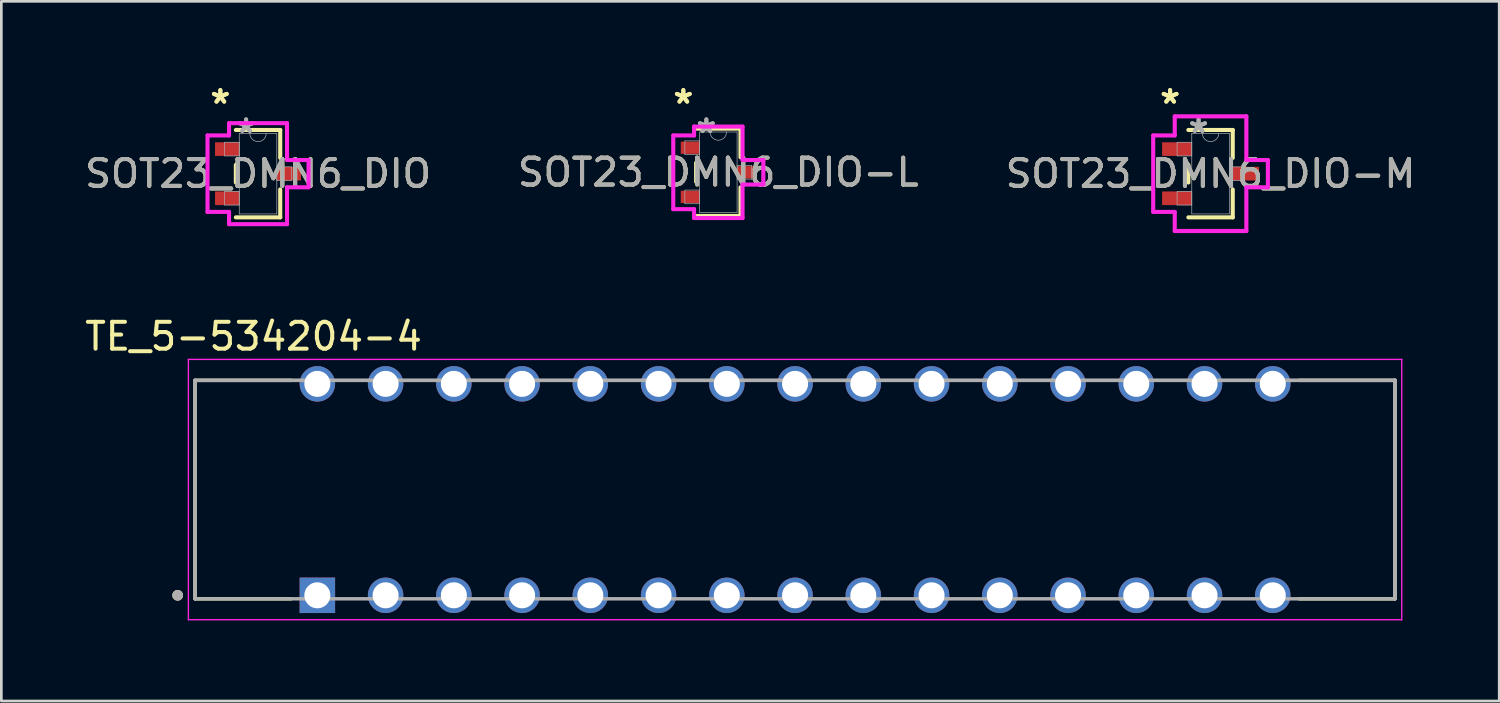
<source format=kicad_pcb>
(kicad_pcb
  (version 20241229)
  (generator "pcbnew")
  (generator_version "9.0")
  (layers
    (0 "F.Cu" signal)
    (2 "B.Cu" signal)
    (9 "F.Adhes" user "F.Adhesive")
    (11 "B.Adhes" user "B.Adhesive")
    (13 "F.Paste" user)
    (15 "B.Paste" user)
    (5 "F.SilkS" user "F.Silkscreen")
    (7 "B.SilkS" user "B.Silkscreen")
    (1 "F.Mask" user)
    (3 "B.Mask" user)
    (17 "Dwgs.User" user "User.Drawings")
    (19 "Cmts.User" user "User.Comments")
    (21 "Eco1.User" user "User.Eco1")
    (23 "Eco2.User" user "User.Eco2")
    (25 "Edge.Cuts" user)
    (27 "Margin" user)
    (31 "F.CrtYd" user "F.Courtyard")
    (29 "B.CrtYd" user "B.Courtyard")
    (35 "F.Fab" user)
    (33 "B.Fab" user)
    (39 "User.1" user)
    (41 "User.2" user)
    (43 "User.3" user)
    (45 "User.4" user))
  (footprint "SOT23_DMN6_DIO-M"
    (layer "F.Cu")
    (at 42.006 3.414)
    (property "Reference" "SOT23_DMN6_DIO-M" (at 0 0 0) (unlocked yes) (layer "F.SilkS") (effects (font (size 1 1) (thickness 0.15))))
    (attr smd)
    (fp_line (start -0.826 -0.328) (end -0.826 0.328) (stroke (width 0.152) (type solid)) (layer "F.SilkS"))
    (fp_line (start -0.826 1.626) (end 0.826 1.626) (stroke (width 0.152) (type solid)) (layer "F.SilkS"))
    (fp_line (start 0.826 -1.626) (end -0.826 -1.626) (stroke (width 0.152) (type solid)) (layer "F.SilkS"))
    (fp_line (start 0.826 -0.587) (end 0.826 -1.626) (stroke (width 0.152) (type solid)) (layer "F.SilkS"))
    (fp_line (start 0.826 1.626) (end 0.826 0.587) (stroke (width 0.152) (type solid)) (layer "F.SilkS"))
    (fp_line (start -2.134 -1.423) (end -1.333 -1.423) (stroke (width 0.152) (type solid)) (layer "F.CrtYd"))
    (fp_line (start -2.134 1.423) (end -2.134 -1.423) (stroke (width 0.152) (type solid)) (layer "F.CrtYd"))
    (fp_line (start -1.333 -2.134) (end 1.333 -2.134) (stroke (width 0.152) (type solid)) (layer "F.CrtYd"))
    (fp_line (start -1.333 -1.423) (end -1.333 -2.134) (stroke (width 0.152) (type solid)) (layer "F.CrtYd"))
    (fp_line (start -1.333 1.423) (end -2.134 1.423) (stroke (width 0.152) (type solid)) (layer "F.CrtYd"))
    (fp_line (start -1.333 2.134) (end -1.333 1.423) (stroke (width 0.152) (type solid)) (layer "F.CrtYd"))
    (fp_line (start 1.333 -2.134) (end 1.333 -0.508) (stroke (width 0.152) (type solid)) (layer "F.CrtYd"))
    (fp_line (start 1.333 -0.508) (end 2.134 -0.508) (stroke (width 0.152) (type solid)) (layer "F.CrtYd"))
    (fp_line (start 1.333 0.508) (end 1.333 2.134) (stroke (width 0.152) (type solid)) (layer "F.CrtYd"))
    (fp_line (start 1.333 2.134) (end -1.333 2.134) (stroke (width 0.152) (type solid)) (layer "F.CrtYd"))
    (fp_line (start 2.134 -0.508) (end 2.134 0.508) (stroke (width 0.152) (type solid)) (layer "F.CrtYd"))
    (fp_line (start 2.134 0.508) (end 1.333 0.508) (stroke (width 0.152) (type solid)) (layer "F.CrtYd"))
    (fp_line (start -1.245 -1.169) (end -1.245 -0.661) (stroke (width 0.025) (type solid)) (layer "F.Fab"))
    (fp_line (start -1.245 -0.661) (end -0.699 -0.661) (stroke (width 0.025) (type solid)) (layer "F.Fab"))
    (fp_line (start -1.245 0.661) (end -1.245 1.169) (stroke (width 0.025) (type solid)) (layer "F.Fab"))
    (fp_line (start -1.245 1.169) (end -0.699 1.169) (stroke (width 0.025) (type solid)) (layer "F.Fab"))
    (fp_line (start -0.699 -1.499) (end -0.699 1.499) (stroke (width 0.025) (type solid)) (layer "F.Fab"))
    (fp_line (start -0.699 -1.169) (end -1.245 -1.169) (stroke (width 0.025) (type solid)) (layer "F.Fab"))
    (fp_line (start -0.699 -0.661) (end -0.699 -1.169) (stroke (width 0.025) (type solid)) (layer "F.Fab"))
    (fp_line (start -0.699 0.661) (end -1.245 0.661) (stroke (width 0.025) (type solid)) (layer "F.Fab"))
    (fp_line (start -0.699 1.169) (end -0.699 0.661) (stroke (width 0.025) (type solid)) (layer "F.Fab"))
    (fp_line (start -0.699 1.499) (end 0.699 1.499) (stroke (width 0.025) (type solid)) (layer "F.Fab"))
    (fp_line (start 0.699 -1.499) (end -0.699 -1.499) (stroke (width 0.025) (type solid)) (layer "F.Fab"))
    (fp_line (start 0.699 -0.254) (end 0.699 0.254) (stroke (width 0.025) (type solid)) (layer "F.Fab"))
    (fp_line (start 0.699 0.254) (end 1.245 0.254) (stroke (width 0.025) (type solid)) (layer "F.Fab"))
    (fp_line (start 0.699 1.499) (end 0.699 -1.499) (stroke (width 0.025) (type solid)) (layer "F.Fab"))
    (fp_line (start 1.245 -0.254) (end 0.699 -0.254) (stroke (width 0.025) (type solid)) (layer "F.Fab"))
    (fp_line (start 1.245 0.254) (end 1.245 -0.254) (stroke (width 0.025) (type solid)) (layer "F.Fab"))
    (fp_arc (start 0.3048 -1.4986) (mid 0 -1.1938) (end -0.3048 -1.4986) (stroke (width 0.0254) (type solid)) (layer "F.Fab"))
    (fp_text user "*" (at -1.505 -2.566 0) (layer "F.SilkS") (effects (font (size 1 1) (thickness 0.15))))
    (fp_text user "*" (at -1.505 -2.566 0) (unlocked yes) (layer "F.SilkS") (effects (font (size 1 1) (thickness 0.15))))
    (fp_text user "*" (at -0.445 -1.474 0) (unlocked yes) (layer "F.Fab") (effects (font (size 1 1) (thickness 0.15))))
    (fp_text user "*" (at -0.445 -1.474 0) (layer "F.Fab") (effects (font (size 1 1) (thickness 0.15))))
    (fp_text user "${REFERENCE}" (at 0 0 0) (unlocked yes) (layer "F.Fab") (effects (font (size 1 1) (thickness 0.15))))
    (pad "1" smd rect (at -1.251 -0.915) (size 1.105 0.508) (layers "F.Cu" "F.Mask" "F.Paste"))
    (pad "2" smd rect (at -1.251 0.915) (size 1.105 0.508) (layers "F.Cu" "F.Mask" "F.Paste"))
    (pad "3" smd rect (at 1.251 0) (size 1.105 0.508) (layers "F.Cu" "F.Mask" "F.Paste")))
  (footprint "SOT23_DMN6_DIO-L"
    (layer "F.Cu")
    (at 23.685 3.363)
    (property "Reference" "SOT23_DMN6_DIO-L" (at 0 0 0) (unlocked yes) (layer "F.SilkS") (effects (font (size 1 1) (thickness 0.15))))
    (attr smd)
    (fp_line (start -0.826 -0.354) (end -0.826 0.354) (stroke (width 0.152) (type solid)) (layer "F.SilkS"))
    (fp_line (start -0.826 1.626) (end 0.826 1.626) (stroke (width 0.152) (type solid)) (layer "F.SilkS"))
    (fp_line (start 0.826 -1.626) (end -0.826 -1.626) (stroke (width 0.152) (type solid)) (layer "F.SilkS"))
    (fp_line (start 0.826 -0.561) (end 0.826 -1.626) (stroke (width 0.152) (type solid)) (layer "F.SilkS"))
    (fp_line (start 0.826 1.626) (end 0.826 0.561) (stroke (width 0.152) (type solid)) (layer "F.SilkS"))
    (fp_line (start -1.676 -1.372) (end -0.902 -1.372) (stroke (width 0.152) (type solid)) (layer "F.CrtYd"))
    (fp_line (start -1.676 1.372) (end -1.676 -1.372) (stroke (width 0.152) (type solid)) (layer "F.CrtYd"))
    (fp_line (start -0.902 -1.702) (end 0.902 -1.702) (stroke (width 0.152) (type solid)) (layer "F.CrtYd"))
    (fp_line (start -0.902 -1.372) (end -0.902 -1.702) (stroke (width 0.152) (type solid)) (layer "F.CrtYd"))
    (fp_line (start -0.902 1.372) (end -1.676 1.372) (stroke (width 0.152) (type solid)) (layer "F.CrtYd"))
    (fp_line (start -0.902 1.702) (end -0.902 1.372) (stroke (width 0.152) (type solid)) (layer "F.CrtYd"))
    (fp_line (start 0.902 -1.702) (end 0.902 -0.457) (stroke (width 0.152) (type solid)) (layer "F.CrtYd"))
    (fp_line (start 0.902 -0.457) (end 1.676 -0.457) (stroke (width 0.152) (type solid)) (layer "F.CrtYd"))
    (fp_line (start 0.902 0.457) (end 0.902 1.702) (stroke (width 0.152) (type solid)) (layer "F.CrtYd"))
    (fp_line (start 0.902 1.702) (end -0.902 1.702) (stroke (width 0.152) (type solid)) (layer "F.CrtYd"))
    (fp_line (start 1.676 -0.457) (end 1.676 0.457) (stroke (width 0.152) (type solid)) (layer "F.CrtYd"))
    (fp_line (start 1.676 0.457) (end 0.902 0.457) (stroke (width 0.152) (type solid)) (layer "F.CrtYd"))
    (fp_line (start -1.245 -1.169) (end -1.245 -0.661) (stroke (width 0.025) (type solid)) (layer "F.Fab"))
    (fp_line (start -1.245 -0.661) (end -0.699 -0.661) (stroke (width 0.025) (type solid)) (layer "F.Fab"))
    (fp_line (start -1.245 0.661) (end -1.245 1.169) (stroke (width 0.025) (type solid)) (layer "F.Fab"))
    (fp_line (start -1.245 1.169) (end -0.699 1.169) (stroke (width 0.025) (type solid)) (layer "F.Fab"))
    (fp_line (start -0.699 -1.499) (end -0.699 1.499) (stroke (width 0.025) (type solid)) (layer "F.Fab"))
    (fp_line (start -0.699 -1.169) (end -1.245 -1.169) (stroke (width 0.025) (type solid)) (layer "F.Fab"))
    (fp_line (start -0.699 -0.661) (end -0.699 -1.169) (stroke (width 0.025) (type solid)) (layer "F.Fab"))
    (fp_line (start -0.699 0.661) (end -1.245 0.661) (stroke (width 0.025) (type solid)) (layer "F.Fab"))
    (fp_line (start -0.699 1.169) (end -0.699 0.661) (stroke (width 0.025) (type solid)) (layer "F.Fab"))
    (fp_line (start -0.699 1.499) (end 0.699 1.499) (stroke (width 0.025) (type solid)) (layer "F.Fab"))
    (fp_line (start 0.699 -1.499) (end -0.699 -1.499) (stroke (width 0.025) (type solid)) (layer "F.Fab"))
    (fp_line (start 0.699 -0.254) (end 0.699 0.254) (stroke (width 0.025) (type solid)) (layer "F.Fab"))
    (fp_line (start 0.699 0.254) (end 1.245 0.254) (stroke (width 0.025) (type solid)) (layer "F.Fab"))
    (fp_line (start 0.699 1.499) (end 0.699 -1.499) (stroke (width 0.025) (type solid)) (layer "F.Fab"))
    (fp_line (start 1.245 -0.254) (end 0.699 -0.254) (stroke (width 0.025) (type solid)) (layer "F.Fab"))
    (fp_line (start 1.245 0.254) (end 1.245 -0.254) (stroke (width 0.025) (type solid)) (layer "F.Fab"))
    (fp_arc (start 0.3048 -1.4986) (mid 0 -1.1938) (end -0.3048 -1.4986) (stroke (width 0.0254) (type solid)) (layer "F.Fab"))
    (fp_text user "*" (at -1.302 -2.515 0) (unlocked yes) (layer "F.SilkS") (effects (font (size 1 1) (thickness 0.15))))
    (fp_text user "*" (at -1.302 -2.515 0) (layer "F.SilkS") (effects (font (size 1 1) (thickness 0.15))))
    (fp_text user "*" (at -0.445 -1.423 0) (layer "F.Fab") (effects (font (size 1 1) (thickness 0.15))))
    (fp_text user "${REFERENCE}" (at 0 0 0) (unlocked yes) (layer "F.Fab") (effects (font (size 1 1) (thickness 0.15))))
    (fp_text user "*" (at -0.445 -1.423 0) (unlocked yes) (layer "F.Fab") (effects (font (size 1 1) (thickness 0.15))))
    (pad "1" smd rect (at -1.048 -0.915) (size 0.699 0.457) (layers "F.Cu" "F.Mask" "F.Paste"))
    (pad "2" smd rect (at -1.048 0.915) (size 0.699 0.457) (layers "F.Cu" "F.Mask" "F.Paste"))
    (pad "3" smd rect (at 1.048 0) (size 0.699 0.457) (layers "F.Cu" "F.Mask" "F.Paste")))
  (footprint "SOT23_DMN6_DIO"
    (layer "F.Cu")
    (at 6.554 3.414)
    (property "Reference" "SOT23_DMN6_DIO" (at 0 0 0) (unlocked yes) (layer "F.SilkS") (effects (font (size 1 1) (thickness 0.15))))
    (attr smd)
    (fp_line (start -0.826 -0.328) (end -0.826 0.328) (stroke (width 0.152) (type solid)) (layer "F.SilkS"))
    (fp_line (start -0.826 1.626) (end 0.826 1.626) (stroke (width 0.152) (type solid)) (layer "F.SilkS"))
    (fp_line (start 0.826 -1.626) (end -0.826 -1.626) (stroke (width 0.152) (type solid)) (layer "F.SilkS"))
    (fp_line (start 0.826 -0.587) (end 0.826 -1.626) (stroke (width 0.152) (type solid)) (layer "F.SilkS"))
    (fp_line (start 0.826 1.626) (end 0.826 0.587) (stroke (width 0.152) (type solid)) (layer "F.SilkS"))
    (fp_line (start -1.88 -1.423) (end -1.079 -1.423) (stroke (width 0.152) (type solid)) (layer "F.CrtYd"))
    (fp_line (start -1.88 1.423) (end -1.88 -1.423) (stroke (width 0.152) (type solid)) (layer "F.CrtYd"))
    (fp_line (start -1.079 -1.88) (end 1.079 -1.88) (stroke (width 0.152) (type solid)) (layer "F.CrtYd"))
    (fp_line (start -1.079 -1.423) (end -1.079 -1.88) (stroke (width 0.152) (type solid)) (layer "F.CrtYd"))
    (fp_line (start -1.079 1.423) (end -1.88 1.423) (stroke (width 0.152) (type solid)) (layer "F.CrtYd"))
    (fp_line (start -1.079 1.88) (end -1.079 1.423) (stroke (width 0.152) (type solid)) (layer "F.CrtYd"))
    (fp_line (start 1.079 -1.88) (end 1.079 -0.508) (stroke (width 0.152) (type solid)) (layer "F.CrtYd"))
    (fp_line (start 1.079 -0.508) (end 1.88 -0.508) (stroke (width 0.152) (type solid)) (layer "F.CrtYd"))
    (fp_line (start 1.079 0.508) (end 1.079 1.88) (stroke (width 0.152) (type solid)) (layer "F.CrtYd"))
    (fp_line (start 1.079 1.88) (end -1.079 1.88) (stroke (width 0.152) (type solid)) (layer "F.CrtYd"))
    (fp_line (start 1.88 -0.508) (end 1.88 0.508) (stroke (width 0.152) (type solid)) (layer "F.CrtYd"))
    (fp_line (start 1.88 0.508) (end 1.079 0.508) (stroke (width 0.152) (type solid)) (layer "F.CrtYd"))
    (fp_line (start -1.245 -1.169) (end -1.245 -0.661) (stroke (width 0.025) (type solid)) (layer "F.Fab"))
    (fp_line (start -1.245 -0.661) (end -0.699 -0.661) (stroke (width 0.025) (type solid)) (layer "F.Fab"))
    (fp_line (start -1.245 0.661) (end -1.245 1.169) (stroke (width 0.025) (type solid)) (layer "F.Fab"))
    (fp_line (start -1.245 1.169) (end -0.699 1.169) (stroke (width 0.025) (type solid)) (layer "F.Fab"))
    (fp_line (start -0.699 -1.499) (end -0.699 1.499) (stroke (width 0.025) (type solid)) (layer "F.Fab"))
    (fp_line (start -0.699 -1.169) (end -1.245 -1.169) (stroke (width 0.025) (type solid)) (layer "F.Fab"))
    (fp_line (start -0.699 -0.661) (end -0.699 -1.169) (stroke (width 0.025) (type solid)) (layer "F.Fab"))
    (fp_line (start -0.699 0.661) (end -1.245 0.661) (stroke (width 0.025) (type solid)) (layer "F.Fab"))
    (fp_line (start -0.699 1.169) (end -0.699 0.661) (stroke (width 0.025) (type solid)) (layer "F.Fab"))
    (fp_line (start -0.699 1.499) (end 0.699 1.499) (stroke (width 0.025) (type solid)) (layer "F.Fab"))
    (fp_line (start 0.699 -1.499) (end -0.699 -1.499) (stroke (width 0.025) (type solid)) (layer "F.Fab"))
    (fp_line (start 0.699 -0.254) (end 0.699 0.254) (stroke (width 0.025) (type solid)) (layer "F.Fab"))
    (fp_line (start 0.699 0.254) (end 1.245 0.254) (stroke (width 0.025) (type solid)) (layer "F.Fab"))
    (fp_line (start 0.699 1.499) (end 0.699 -1.499) (stroke (width 0.025) (type solid)) (layer "F.Fab"))
    (fp_line (start 1.245 -0.254) (end 0.699 -0.254) (stroke (width 0.025) (type solid)) (layer "F.Fab"))
    (fp_line (start 1.245 0.254) (end 1.245 -0.254) (stroke (width 0.025) (type solid)) (layer "F.Fab"))
    (fp_arc (start 0.3048 -1.4986) (mid 0 -1.1938) (end -0.3048 -1.4986) (stroke (width 0.0254) (type solid)) (layer "F.Fab"))
    (fp_text user "*" (at -1.403 -2.566 0) (unlocked yes) (layer "F.SilkS") (effects (font (size 1 1) (thickness 0.15))))
    (fp_text user "*" (at -1.403 -2.566 0) (layer "F.SilkS") (effects (font (size 1 1) (thickness 0.15))))
    (fp_text user "${REFERENCE}" (at 0 0 0) (unlocked yes) (layer "F.Fab") (effects (font (size 1 1) (thickness 0.15))))
    (fp_text user "*" (at -0.445 -1.474 0) (unlocked yes) (layer "F.Fab") (effects (font (size 1 1) (thickness 0.15))))
    (fp_text user "*" (at -0.445 -1.474 0) (layer "F.Fab") (effects (font (size 1 1) (thickness 0.15))))
    (pad "1" smd rect (at -1.149 -0.915) (size 0.902 0.508) (layers "F.Cu" "F.Mask" "F.Paste"))
    (pad "2" smd rect (at -1.149 0.915) (size 0.902 0.508) (layers "F.Cu" "F.Mask" "F.Paste"))
    (pad "3" smd rect (at 1.149 0) (size 0.902 0.508) (layers "F.Cu" "F.Mask" "F.Paste")))
  (footprint "TE_5-534204-4"
    (layer "F.Cu")
    (at 8.762 19.107)
    (property "Reference" "TE_5-534204-4" (at -2.375 -9.635 0) (layer "F.SilkS") (effects (font (size 1 1) (thickness 0.15))))
    (attr through_hole)
    (fp_line (start -4.55 -8) (end -0.98 -8) (stroke (width 0.127) (type solid)) (layer "F.SilkS"))
    (fp_line (start -4.55 0.13) (end -4.55 -8) (stroke (width 0.127) (type solid)) (layer "F.SilkS"))
    (fp_line (start -0.98 0.13) (end -4.55 0.13) (stroke (width 0.127) (type solid)) (layer "F.SilkS"))
    (fp_line (start 36.54 -8) (end 40.11 -8) (stroke (width 0.127) (type solid)) (layer "F.SilkS"))
    (fp_line (start 36.54 0.13) (end 40.11 0.13) (stroke (width 0.127) (type solid)) (layer "F.SilkS"))
    (fp_line (start 40.11 -8) (end 40.11 0.13) (stroke (width 0.127) (type solid)) (layer "F.SilkS"))
    (fp_circle (center -5.2 0) (end -5.1 0) (stroke (width 0.2) (type solid)) (fill no) (layer "F.SilkS"))
    (fp_line (start -4.8 -8.78) (end 40.36 -8.78) (stroke (width 0.05) (type solid)) (layer "F.CrtYd"))
    (fp_line (start -4.8 0.91) (end -4.8 -8.78) (stroke (width 0.05) (type solid)) (layer "F.CrtYd"))
    (fp_line (start 40.36 -8.78) (end 40.36 0.91) (stroke (width 0.05) (type solid)) (layer "F.CrtYd"))
    (fp_line (start 40.36 0.91) (end -4.8 0.91) (stroke (width 0.05) (type solid)) (layer "F.CrtYd"))
    (fp_line (start -4.55 -8) (end 40.11 -8) (stroke (width 0.127) (type solid)) (layer "F.Fab"))
    (fp_line (start -4.55 -8) (end 40.11 -8) (stroke (width 0.127) (type solid)) (layer "F.Fab"))
    (fp_line (start -4.55 0.13) (end -4.55 -8) (stroke (width 0.127) (type solid)) (layer "F.Fab"))
    (fp_line (start -4.55 0.13) (end -4.55 -8) (stroke (width 0.127) (type solid)) (layer "F.Fab"))
    (fp_line (start 40.11 -8) (end 40.11 0.13) (stroke (width 0.127) (type solid)) (layer "F.Fab"))
    (fp_line (start 40.11 -8) (end 40.11 0.13) (stroke (width 0.127) (type solid)) (layer "F.Fab"))
    (fp_line (start 40.11 0.13) (end -4.55 0.13) (stroke (width 0.127) (type solid)) (layer "F.Fab"))
    (fp_circle (center -5.2 0) (end -5.1 0) (stroke (width 0.2) (type solid)) (fill no) (layer "F.Fab"))
    (pad "1" thru_hole rect (at 0 0) (size 1.32 1.32) (drill 0.97) (layers "*.Cu" "*.Mask"))
    (pad "2" thru_hole circle (at 2.54 0) (size 1.32 1.32) (drill 0.97) (layers "*.Cu" "*.Mask"))
    (pad "3" thru_hole circle (at 5.08 0) (size 1.32 1.32) (drill 0.97) (layers "*.Cu" "*.Mask"))
    (pad "4" thru_hole circle (at 7.62 0) (size 1.32 1.32) (drill 0.97) (layers "*.Cu" "*.Mask"))
    (pad "5" thru_hole circle (at 10.16 0) (size 1.32 1.32) (drill 0.97) (layers "*.Cu" "*.Mask"))
    (pad "6" thru_hole circle (at 12.7 0) (size 1.32 1.32) (drill 0.97) (layers "*.Cu" "*.Mask"))
    (pad "7" thru_hole circle (at 15.24 0) (size 1.32 1.32) (drill 0.97) (layers "*.Cu" "*.Mask"))
    (pad "8" thru_hole circle (at 17.78 0) (size 1.32 1.32) (drill 0.97) (layers "*.Cu" "*.Mask"))
    (pad "9" thru_hole circle (at 20.32 0) (size 1.32 1.32) (drill 0.97) (layers "*.Cu" "*.Mask"))
    (pad "10" thru_hole circle (at 22.86 0) (size 1.32 1.32) (drill 0.97) (layers "*.Cu" "*.Mask"))
    (pad "11" thru_hole circle (at 25.4 0) (size 1.32 1.32) (drill 0.97) (layers "*.Cu" "*.Mask"))
    (pad "12" thru_hole circle (at 27.94 0) (size 1.32 1.32) (drill 0.97) (layers "*.Cu" "*.Mask"))
    (pad "13" thru_hole circle (at 30.48 0) (size 1.32 1.32) (drill 0.97) (layers "*.Cu" "*.Mask"))
    (pad "14" thru_hole circle (at 33.02 0) (size 1.32 1.32) (drill 0.97) (layers "*.Cu" "*.Mask"))
    (pad "15" thru_hole circle (at 35.56 0) (size 1.32 1.32) (drill 0.97) (layers "*.Cu" "*.Mask"))
    (pad "16" thru_hole circle (at 0 -7.87) (size 1.32 1.32) (drill 0.97) (layers "*.Cu" "*.Mask"))
    (pad "17" thru_hole circle (at 2.54 -7.87) (size 1.32 1.32) (drill 0.97) (layers "*.Cu" "*.Mask"))
    (pad "18" thru_hole circle (at 5.08 -7.87) (size 1.32 1.32) (drill 0.97) (layers "*.Cu" "*.Mask"))
    (pad "19" thru_hole circle (at 7.62 -7.87) (size 1.32 1.32) (drill 0.97) (layers "*.Cu" "*.Mask"))
    (pad "20" thru_hole circle (at 10.16 -7.87) (size 1.32 1.32) (drill 0.97) (layers "*.Cu" "*.Mask"))
    (pad "21" thru_hole circle (at 12.7 -7.87) (size 1.32 1.32) (drill 0.97) (layers "*.Cu" "*.Mask"))
    (pad "22" thru_hole circle (at 15.24 -7.87) (size 1.32 1.32) (drill 0.97) (layers "*.Cu" "*.Mask"))
    (pad "23" thru_hole circle (at 17.78 -7.87) (size 1.32 1.32) (drill 0.97) (layers "*.Cu" "*.Mask"))
    (pad "24" thru_hole circle (at 20.32 -7.87) (size 1.32 1.32) (drill 0.97) (layers "*.Cu" "*.Mask"))
    (pad "25" thru_hole circle (at 22.86 -7.87) (size 1.32 1.32) (drill 0.97) (layers "*.Cu" "*.Mask"))
    (pad "26" thru_hole circle (at 25.4 -7.87) (size 1.32 1.32) (drill 0.97) (layers "*.Cu" "*.Mask"))
    (pad "27" thru_hole circle (at 27.94 -7.87) (size 1.32 1.32) (drill 0.97) (layers "*.Cu" "*.Mask"))
    (pad "28" thru_hole circle (at 30.48 -7.87) (size 1.32 1.32) (drill 0.97) (layers "*.Cu" "*.Mask"))
    (pad "29" thru_hole circle (at 33.02 -7.87) (size 1.32 1.32) (drill 0.97) (layers "*.Cu" "*.Mask"))
    (pad "30" thru_hole circle (at 35.56 -7.87) (size 1.32 1.32) (drill 0.97) (layers "*.Cu" "*.Mask")))
  (gr_rect
    (start -3 -3)
    (end 52.75 23.042)
    (stroke (width 0.1) (type default))
    (fill no)
    (layer "Edge.Cuts")))
</source>
